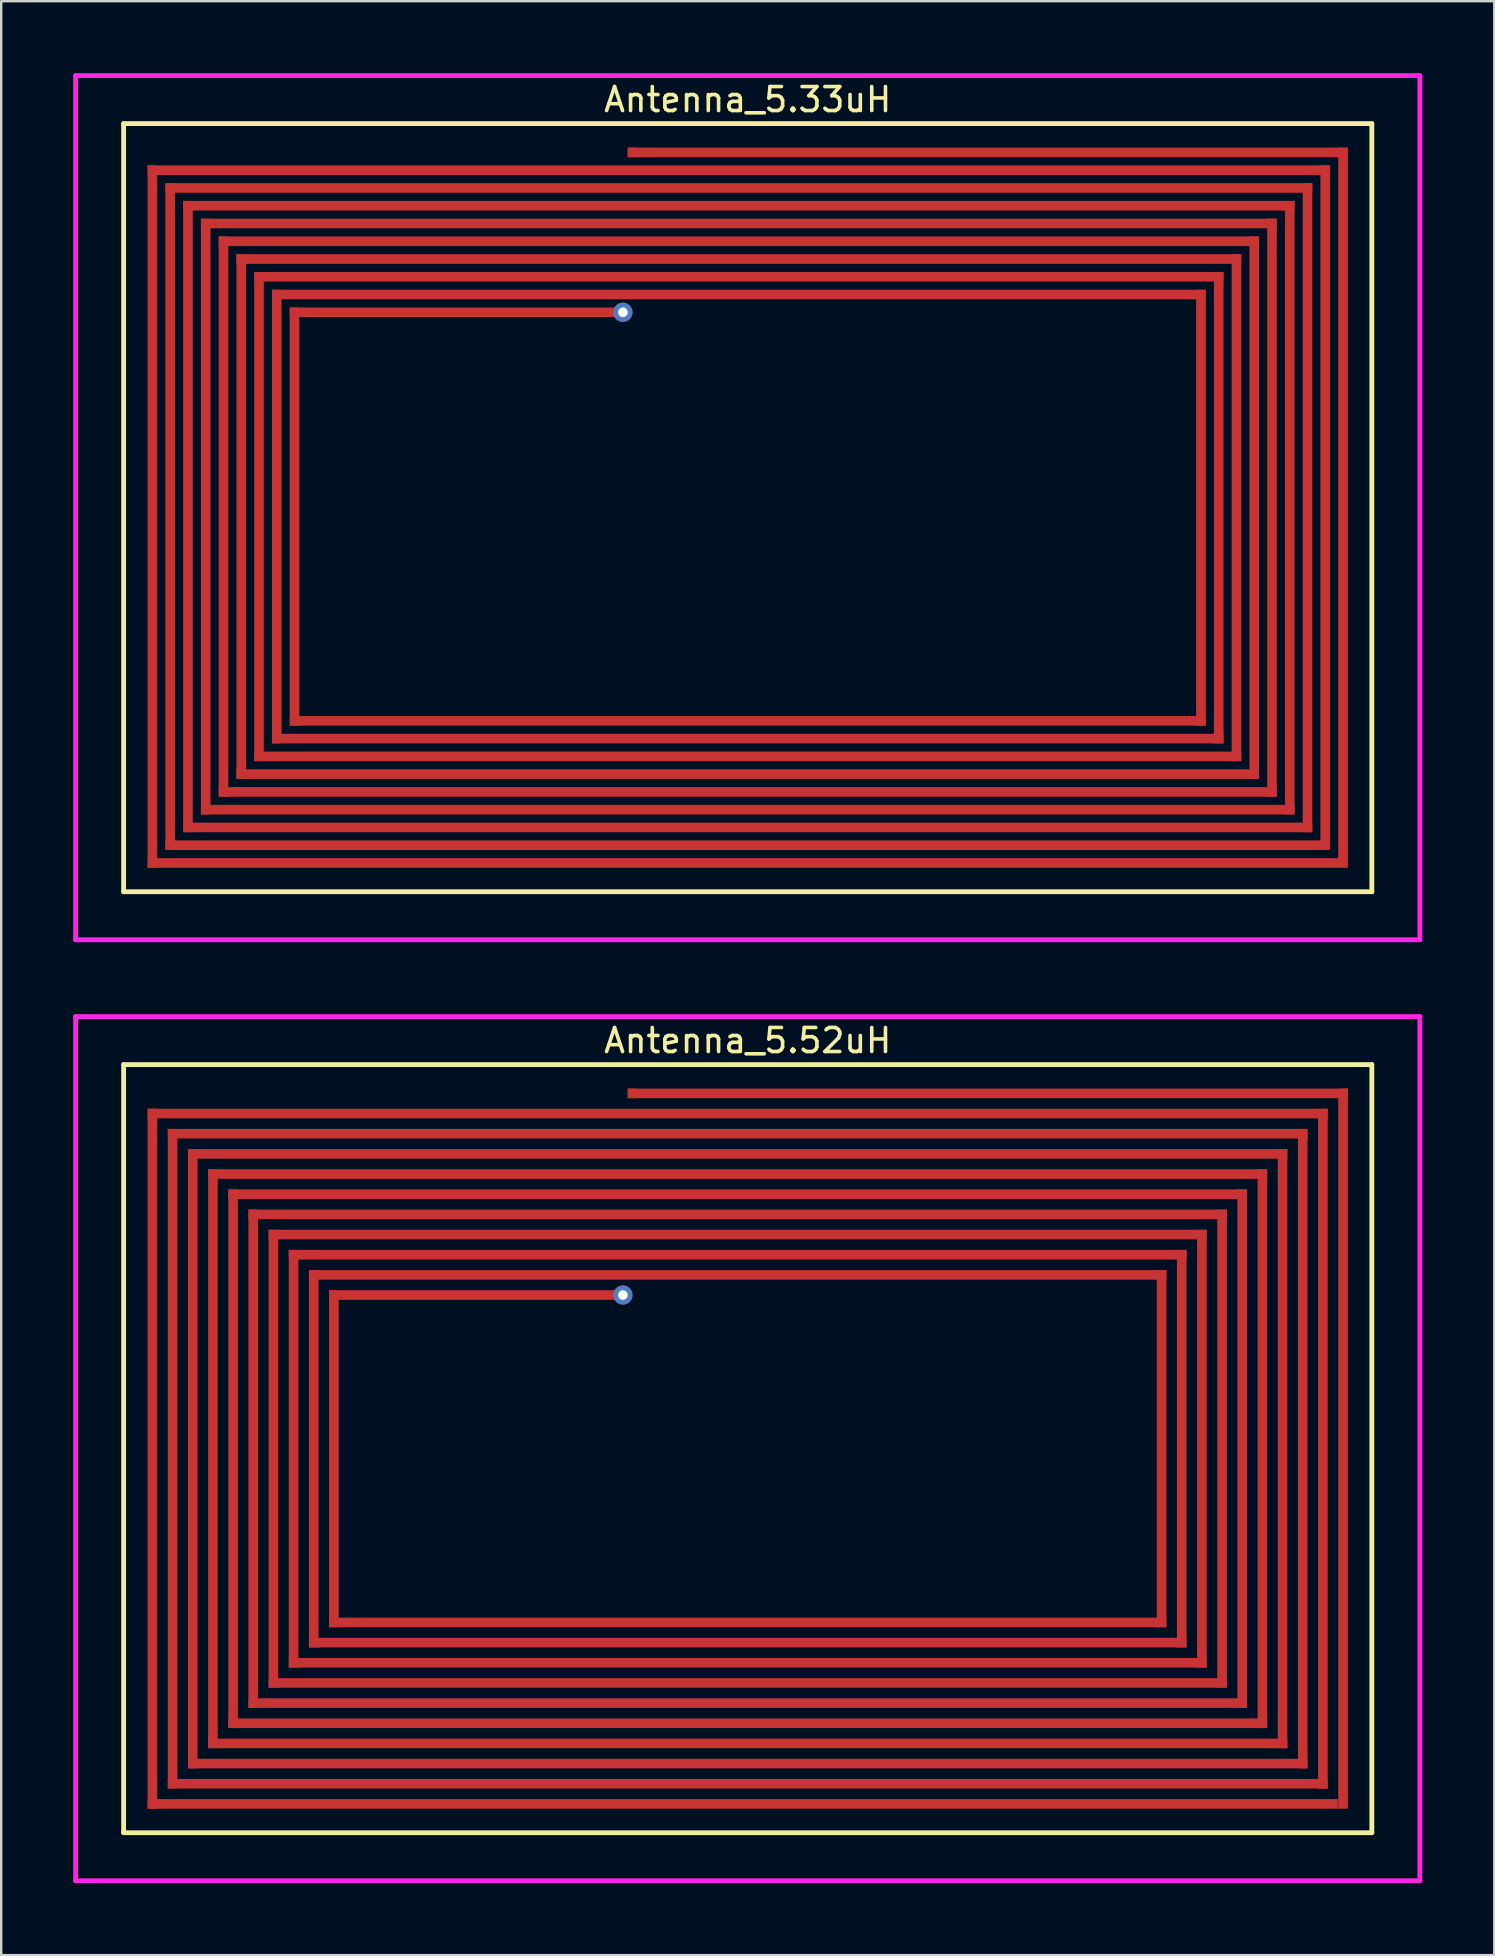
<source format=kicad_pcb>
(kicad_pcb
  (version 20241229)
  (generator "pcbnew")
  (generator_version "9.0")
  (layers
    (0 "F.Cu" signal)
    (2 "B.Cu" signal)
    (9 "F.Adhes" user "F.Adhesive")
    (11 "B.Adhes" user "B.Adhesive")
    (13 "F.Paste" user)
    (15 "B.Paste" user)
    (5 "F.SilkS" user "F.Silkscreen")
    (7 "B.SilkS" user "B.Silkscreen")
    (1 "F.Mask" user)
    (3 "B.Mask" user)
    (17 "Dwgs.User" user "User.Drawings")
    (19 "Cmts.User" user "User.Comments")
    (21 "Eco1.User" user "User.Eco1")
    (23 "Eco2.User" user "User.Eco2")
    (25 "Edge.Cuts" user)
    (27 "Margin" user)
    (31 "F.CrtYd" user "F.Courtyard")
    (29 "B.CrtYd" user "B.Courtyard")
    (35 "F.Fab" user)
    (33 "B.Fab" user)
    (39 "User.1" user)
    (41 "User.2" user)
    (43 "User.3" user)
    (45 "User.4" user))
  (footprint "Antenna_5.52uH"
    (layer "F.Cu")
    (at 28.1 57.3)
    (property "Reference" "Antenna_5.52uH" (at 0 -17 0) (layer "F.SilkS") (effects (font (size 1 1) (thickness 0.15))))
    (attr through_hole)
    (fp_poly (pts (xy -25 -14.16) (xy 24.16 -14.16) (xy 24.16 -13.76) (xy -25 -13.76)) (stroke (width 0) (type solid)) (fill yes) (layer "F.Cu"))
    (fp_poly (pts (xy -25 15) (xy -25 -14.16) (xy -24.6 -14.16) (xy -24.6 15)) (stroke (width 0) (type solid)) (fill yes) (layer "F.Cu"))
    (fp_poly (pts (xy -25 15) (xy 24.58 15) (xy 24.58 14.6) (xy -25 14.6)) (stroke (width 0) (type solid)) (fill yes) (layer "F.Cu"))
    (fp_poly (pts (xy -24.16 -13.32) (xy 23.32 -13.32) (xy 23.32 -12.92) (xy -24.16 -12.92)) (stroke (width 0) (type solid)) (fill yes) (layer "F.Cu"))
    (fp_poly (pts (xy -24.16 14.16) (xy -24.16 -13.32) (xy -23.76 -13.32) (xy -23.76 14.16)) (stroke (width 0) (type solid)) (fill yes) (layer "F.Cu"))
    (fp_poly (pts (xy -24.16 14.16) (xy 24.16 14.16) (xy 24.16 13.76) (xy -24.16 13.76)) (stroke (width 0) (type solid)) (fill yes) (layer "F.Cu"))
    (fp_poly (pts (xy -23.32 -12.48) (xy 22.48 -12.48) (xy 22.48 -12.08) (xy -23.32 -12.08)) (stroke (width 0) (type solid)) (fill yes) (layer "F.Cu"))
    (fp_poly (pts (xy -23.32 13.32) (xy -23.32 -12.48) (xy -22.92 -12.48) (xy -22.92 13.32)) (stroke (width 0) (type solid)) (fill yes) (layer "F.Cu"))
    (fp_poly (pts (xy -23.32 13.32) (xy 23.32 13.32) (xy 23.32 12.92) (xy -23.32 12.92)) (stroke (width 0) (type solid)) (fill yes) (layer "F.Cu"))
    (fp_poly (pts (xy -22.48 -11.64) (xy 21.64 -11.64) (xy 21.64 -11.24) (xy -22.48 -11.24)) (stroke (width 0) (type solid)) (fill yes) (layer "F.Cu"))
    (fp_poly (pts (xy -22.48 12.48) (xy -22.48 -11.64) (xy -22.08 -11.64) (xy -22.08 12.48)) (stroke (width 0) (type solid)) (fill yes) (layer "F.Cu"))
    (fp_poly (pts (xy -22.48 12.48) (xy 22.48 12.48) (xy 22.48 12.08) (xy -22.48 12.08)) (stroke (width 0) (type solid)) (fill yes) (layer "F.Cu"))
    (fp_poly (pts (xy -21.64 -10.8) (xy 20.8 -10.8) (xy 20.8 -10.4) (xy -21.64 -10.4)) (stroke (width 0) (type solid)) (fill yes) (layer "F.Cu"))
    (fp_poly (pts (xy -21.64 11.64) (xy -21.64 -10.8) (xy -21.24 -10.8) (xy -21.24 11.64)) (stroke (width 0) (type solid)) (fill yes) (layer "F.Cu"))
    (fp_poly (pts (xy -21.64 11.64) (xy 21.64 11.64) (xy 21.64 11.24) (xy -21.64 11.24)) (stroke (width 0) (type solid)) (fill yes) (layer "F.Cu"))
    (fp_poly (pts (xy -20.8 -9.96) (xy 19.96 -9.96) (xy 19.96 -9.56) (xy -20.8 -9.56)) (stroke (width 0) (type solid)) (fill yes) (layer "F.Cu"))
    (fp_poly (pts (xy -20.8 10.8) (xy -20.8 -9.96) (xy -20.4 -9.96) (xy -20.4 10.8)) (stroke (width 0) (type solid)) (fill yes) (layer "F.Cu"))
    (fp_poly (pts (xy -20.8 10.8) (xy 20.8 10.8) (xy 20.8 10.4) (xy -20.8 10.4)) (stroke (width 0) (type solid)) (fill yes) (layer "F.Cu"))
    (fp_poly (pts (xy -19.96 -9.12) (xy 19.12 -9.12) (xy 19.12 -8.72) (xy -19.96 -8.72)) (stroke (width 0) (type solid)) (fill yes) (layer "F.Cu"))
    (fp_poly (pts (xy -19.96 9.96) (xy -19.96 -9.12) (xy -19.56 -9.12) (xy -19.56 9.96)) (stroke (width 0) (type solid)) (fill yes) (layer "F.Cu"))
    (fp_poly (pts (xy -19.96 9.96) (xy 19.96 9.96) (xy 19.96 9.56) (xy -19.96 9.56)) (stroke (width 0) (type solid)) (fill yes) (layer "F.Cu"))
    (fp_poly (pts (xy -19.12 -8.28) (xy 18.28 -8.28) (xy 18.28 -7.88) (xy -19.12 -7.88)) (stroke (width 0) (type solid)) (fill yes) (layer "F.Cu"))
    (fp_poly (pts (xy -19.12 9.12) (xy -19.12 -8.28) (xy -18.72 -8.28) (xy -18.72 9.12)) (stroke (width 0) (type solid)) (fill yes) (layer "F.Cu"))
    (fp_poly (pts (xy -19.12 9.12) (xy 19.12 9.12) (xy 19.12 8.72) (xy -19.12 8.72)) (stroke (width 0) (type solid)) (fill yes) (layer "F.Cu"))
    (fp_poly (pts (xy -18.28 -7.44) (xy 17.44 -7.44) (xy 17.44 -7.04) (xy -18.28 -7.04)) (stroke (width 0) (type solid)) (fill yes) (layer "F.Cu"))
    (fp_poly (pts (xy -18.28 8.28) (xy -18.28 -7.44) (xy -17.88 -7.44) (xy -17.88 8.28)) (stroke (width 0) (type solid)) (fill yes) (layer "F.Cu"))
    (fp_poly (pts (xy -18.28 8.28) (xy 18.28 8.28) (xy 18.28 7.88) (xy -18.28 7.88)) (stroke (width 0) (type solid)) (fill yes) (layer "F.Cu"))
    (fp_poly (pts (xy -17.44 -6.6) (xy -5 -6.6) (xy -5 -6.2) (xy -17.44 -6.2)) (stroke (width 0) (type solid)) (fill yes) (layer "F.Cu"))
    (fp_poly (pts (xy -17.44 7.44) (xy -17.44 -6.6) (xy -17.04 -6.6) (xy -17.04 7.44)) (stroke (width 0) (type solid)) (fill yes) (layer "F.Cu"))
    (fp_poly (pts (xy -17.44 7.44) (xy 17.44 7.44) (xy 17.44 7.04) (xy -17.44 7.04)) (stroke (width 0) (type solid)) (fill yes) (layer "F.Cu"))
    (fp_poly (pts (xy -5 -15) (xy 25 -15) (xy 25 -14.6) (xy -5 -14.6)) (stroke (width 0) (type solid)) (fill yes) (layer "F.Cu"))
    (fp_poly (pts (xy 17.44 -7.44) (xy 17.44 7.44) (xy 17.04 7.44) (xy 17.04 -7.44)) (stroke (width 0) (type solid)) (fill yes) (layer "F.Cu"))
    (fp_poly (pts (xy 18.28 -8.28) (xy 18.28 8.28) (xy 17.88 8.28) (xy 17.88 -8.28)) (stroke (width 0) (type solid)) (fill yes) (layer "F.Cu"))
    (fp_poly (pts (xy 19.12 -9.12) (xy 19.12 9.12) (xy 18.72 9.12) (xy 18.72 -9.12)) (stroke (width 0) (type solid)) (fill yes) (layer "F.Cu"))
    (fp_poly (pts (xy 19.96 -9.96) (xy 19.96 9.96) (xy 19.56 9.96) (xy 19.56 -9.96)) (stroke (width 0) (type solid)) (fill yes) (layer "F.Cu"))
    (fp_poly (pts (xy 20.8 -10.8) (xy 20.8 10.8) (xy 20.4 10.8) (xy 20.4 -10.8)) (stroke (width 0) (type solid)) (fill yes) (layer "F.Cu"))
    (fp_poly (pts (xy 21.64 -11.64) (xy 21.64 11.64) (xy 21.24 11.64) (xy 21.24 -11.64)) (stroke (width 0) (type solid)) (fill yes) (layer "F.Cu"))
    (fp_poly (pts (xy 22.48 -12.48) (xy 22.48 12.48) (xy 22.08 12.48) (xy 22.08 -12.48)) (stroke (width 0) (type solid)) (fill yes) (layer "F.Cu"))
    (fp_poly (pts (xy 23.32 -13.32) (xy 23.32 13.32) (xy 22.92 13.32) (xy 22.92 -13.32)) (stroke (width 0) (type solid)) (fill yes) (layer "F.Cu"))
    (fp_poly (pts (xy 24.16 -14.16) (xy 24.16 14.16) (xy 23.76 14.16) (xy 23.76 -14.16)) (stroke (width 0) (type solid)) (fill yes) (layer "F.Cu"))
    (fp_poly (pts (xy 25 -15) (xy 25 15) (xy 24.6 15) (xy 24.6 -15)) (stroke (width 0) (type solid)) (fill yes) (layer "F.Cu"))
    (fp_line (start -26 -16) (end -26 16) (stroke (width 0.2) (type solid)) (layer "F.SilkS"))
    (fp_line (start -26 -16) (end 26 -16) (stroke (width 0.2) (type solid)) (layer "F.SilkS"))
    (fp_line (start -26 16) (end 26 16) (stroke (width 0.2) (type solid)) (layer "F.SilkS"))
    (fp_line (start 26 -16) (end 26 16) (stroke (width 0.2) (type solid)) (layer "F.SilkS"))
    (fp_line (start -28 -18) (end -28 18) (stroke (width 0.2) (type solid)) (layer "F.CrtYd"))
    (fp_line (start -28 -18) (end 28 -18) (stroke (width 0.2) (type solid)) (layer "F.CrtYd"))
    (fp_line (start -28 18) (end 28 18) (stroke (width 0.2) (type solid)) (layer "F.CrtYd"))
    (fp_line (start 28 -18) (end 28 18) (stroke (width 0.2) (type solid)) (layer "F.CrtYd"))
    (pad "1" smd rect (at -4.8 -14.8) (size 0.4 0.4) (layers "F.Cu"))
    (pad "2" thru_hole circle (at -5.2 -6.4) (size 0.8 0.8) (drill 0.4) (layers "*.Cu")))
  (footprint "Antenna_5.33uH"
    (layer "F.Cu")
    (at 28.1 18.1)
    (property "Reference" "Antenna_5.33uH" (at 0 -17 0) (layer "F.SilkS") (effects (font (size 1 1) (thickness 0.15))))
    (attr through_hole)
    (fp_poly (pts (xy -25 -14.26) (xy 24.26 -14.26) (xy 24.26 -13.86) (xy -25 -13.86)) (stroke (width 0) (type solid)) (fill yes) (layer "F.Cu"))
    (fp_poly (pts (xy -25 15) (xy -25 -14.26) (xy -24.6 -14.26) (xy -24.6 15)) (stroke (width 0) (type solid)) (fill yes) (layer "F.Cu"))
    (fp_poly (pts (xy -25 15) (xy 24.63 15) (xy 24.63 14.6) (xy -25 14.6)) (stroke (width 0) (type solid)) (fill yes) (layer "F.Cu"))
    (fp_poly (pts (xy -24.26 -13.52) (xy 23.52 -13.52) (xy 23.52 -13.12) (xy -24.26 -13.12)) (stroke (width 0) (type solid)) (fill yes) (layer "F.Cu"))
    (fp_poly (pts (xy -24.26 14.26) (xy -24.26 -13.52) (xy -23.86 -13.52) (xy -23.86 14.26)) (stroke (width 0) (type solid)) (fill yes) (layer "F.Cu"))
    (fp_poly (pts (xy -24.26 14.26) (xy 24.26 14.26) (xy 24.26 13.86) (xy -24.26 13.86)) (stroke (width 0) (type solid)) (fill yes) (layer "F.Cu"))
    (fp_poly (pts (xy -23.52 -12.78) (xy 22.78 -12.78) (xy 22.78 -12.38) (xy -23.52 -12.38)) (stroke (width 0) (type solid)) (fill yes) (layer "F.Cu"))
    (fp_poly (pts (xy -23.52 13.52) (xy -23.52 -12.78) (xy -23.12 -12.78) (xy -23.12 13.52)) (stroke (width 0) (type solid)) (fill yes) (layer "F.Cu"))
    (fp_poly (pts (xy -23.52 13.52) (xy 23.52 13.52) (xy 23.52 13.12) (xy -23.52 13.12)) (stroke (width 0) (type solid)) (fill yes) (layer "F.Cu"))
    (fp_poly (pts (xy -22.78 -12.04) (xy 22.04 -12.04) (xy 22.04 -11.64) (xy -22.78 -11.64)) (stroke (width 0) (type solid)) (fill yes) (layer "F.Cu"))
    (fp_poly (pts (xy -22.78 12.78) (xy -22.78 -12.04) (xy -22.38 -12.04) (xy -22.38 12.78)) (stroke (width 0) (type solid)) (fill yes) (layer "F.Cu"))
    (fp_poly (pts (xy -22.78 12.78) (xy 22.78 12.78) (xy 22.78 12.38) (xy -22.78 12.38)) (stroke (width 0) (type solid)) (fill yes) (layer "F.Cu"))
    (fp_poly (pts (xy -22.04 -11.3) (xy 21.3 -11.3) (xy 21.3 -10.9) (xy -22.04 -10.9)) (stroke (width 0) (type solid)) (fill yes) (layer "F.Cu"))
    (fp_poly (pts (xy -22.04 12.04) (xy -22.04 -11.3) (xy -21.64 -11.3) (xy -21.64 12.04)) (stroke (width 0) (type solid)) (fill yes) (layer "F.Cu"))
    (fp_poly (pts (xy -22.04 12.04) (xy 22.04 12.04) (xy 22.04 11.64) (xy -22.04 11.64)) (stroke (width 0) (type solid)) (fill yes) (layer "F.Cu"))
    (fp_poly (pts (xy -21.3 -10.56) (xy 20.56 -10.56) (xy 20.56 -10.16) (xy -21.3 -10.16)) (stroke (width 0) (type solid)) (fill yes) (layer "F.Cu"))
    (fp_poly (pts (xy -21.3 11.3) (xy -21.3 -10.56) (xy -20.9 -10.56) (xy -20.9 11.3)) (stroke (width 0) (type solid)) (fill yes) (layer "F.Cu"))
    (fp_poly (pts (xy -21.3 11.3) (xy 21.3 11.3) (xy 21.3 10.9) (xy -21.3 10.9)) (stroke (width 0) (type solid)) (fill yes) (layer "F.Cu"))
    (fp_poly (pts (xy -20.56 -9.82) (xy 19.82 -9.82) (xy 19.82 -9.42) (xy -20.56 -9.42)) (stroke (width 0) (type solid)) (fill yes) (layer "F.Cu"))
    (fp_poly (pts (xy -20.56 10.56) (xy -20.56 -9.82) (xy -20.16 -9.82) (xy -20.16 10.56)) (stroke (width 0) (type solid)) (fill yes) (layer "F.Cu"))
    (fp_poly (pts (xy -20.56 10.56) (xy 20.56 10.56) (xy 20.56 10.16) (xy -20.56 10.16)) (stroke (width 0) (type solid)) (fill yes) (layer "F.Cu"))
    (fp_poly (pts (xy -19.82 -9.08) (xy 19.08 -9.08) (xy 19.08 -8.68) (xy -19.82 -8.68)) (stroke (width 0) (type solid)) (fill yes) (layer "F.Cu"))
    (fp_poly (pts (xy -19.82 9.82) (xy -19.82 -9.08) (xy -19.42 -9.08) (xy -19.42 9.82)) (stroke (width 0) (type solid)) (fill yes) (layer "F.Cu"))
    (fp_poly (pts (xy -19.82 9.82) (xy 19.82 9.82) (xy 19.82 9.42) (xy -19.82 9.42)) (stroke (width 0) (type solid)) (fill yes) (layer "F.Cu"))
    (fp_poly (pts (xy -19.08 -8.34) (xy -5 -8.34) (xy -5 -7.94) (xy -19.08 -7.94)) (stroke (width 0) (type solid)) (fill yes) (layer "F.Cu"))
    (fp_poly (pts (xy -19.08 9.08) (xy -19.08 -8.34) (xy -18.68 -8.34) (xy -18.68 9.08)) (stroke (width 0) (type solid)) (fill yes) (layer "F.Cu"))
    (fp_poly (pts (xy -19.08 9.08) (xy 19.08 9.08) (xy 19.08 8.68) (xy -19.08 8.68)) (stroke (width 0) (type solid)) (fill yes) (layer "F.Cu"))
    (fp_poly (pts (xy -5 -15) (xy 25 -15) (xy 25 -14.6) (xy -5 -14.6)) (stroke (width 0) (type solid)) (fill yes) (layer "F.Cu"))
    (fp_poly (pts (xy 19.08 -9.08) (xy 19.08 9.08) (xy 18.68 9.08) (xy 18.68 -9.08)) (stroke (width 0) (type solid)) (fill yes) (layer "F.Cu"))
    (fp_poly (pts (xy 19.82 -9.82) (xy 19.82 9.82) (xy 19.42 9.82) (xy 19.42 -9.82)) (stroke (width 0) (type solid)) (fill yes) (layer "F.Cu"))
    (fp_poly (pts (xy 20.56 -10.56) (xy 20.56 10.56) (xy 20.16 10.56) (xy 20.16 -10.56)) (stroke (width 0) (type solid)) (fill yes) (layer "F.Cu"))
    (fp_poly (pts (xy 21.3 -11.3) (xy 21.3 11.3) (xy 20.9 11.3) (xy 20.9 -11.3)) (stroke (width 0) (type solid)) (fill yes) (layer "F.Cu"))
    (fp_poly (pts (xy 22.04 -12.04) (xy 22.04 12.04) (xy 21.64 12.04) (xy 21.64 -12.04)) (stroke (width 0) (type solid)) (fill yes) (layer "F.Cu"))
    (fp_poly (pts (xy 22.78 -12.78) (xy 22.78 12.78) (xy 22.38 12.78) (xy 22.38 -12.78)) (stroke (width 0) (type solid)) (fill yes) (layer "F.Cu"))
    (fp_poly (pts (xy 23.52 -13.52) (xy 23.52 13.52) (xy 23.12 13.52) (xy 23.12 -13.52)) (stroke (width 0) (type solid)) (fill yes) (layer "F.Cu"))
    (fp_poly (pts (xy 24.26 -14.26) (xy 24.26 14.26) (xy 23.86 14.26) (xy 23.86 -14.26)) (stroke (width 0) (type solid)) (fill yes) (layer "F.Cu"))
    (fp_poly (pts (xy 25 -15) (xy 25 15) (xy 24.6 15) (xy 24.6 -15)) (stroke (width 0) (type solid)) (fill yes) (layer "F.Cu"))
    (fp_line (start -26 -16) (end -26 16) (stroke (width 0.2) (type solid)) (layer "F.SilkS"))
    (fp_line (start -26 -16) (end 26 -16) (stroke (width 0.2) (type solid)) (layer "F.SilkS"))
    (fp_line (start -26 16) (end 26 16) (stroke (width 0.2) (type solid)) (layer "F.SilkS"))
    (fp_line (start 26 -16) (end 26 16) (stroke (width 0.2) (type solid)) (layer "F.SilkS"))
    (fp_line (start -28 -18) (end -28 18) (stroke (width 0.2) (type solid)) (layer "F.CrtYd"))
    (fp_line (start -28 -18) (end 28 -18) (stroke (width 0.2) (type solid)) (layer "F.CrtYd"))
    (fp_line (start -28 18) (end 28 18) (stroke (width 0.2) (type solid)) (layer "F.CrtYd"))
    (fp_line (start 28 -18) (end 28 18) (stroke (width 0.2) (type solid)) (layer "F.CrtYd"))
    (pad "1" smd rect (at -4.8 -14.8) (size 0.4 0.4) (layers "F.Cu"))
    (pad "2" thru_hole circle (at -5.2 -8.14) (size 0.8 0.8) (drill 0.4) (layers "*.Cu")))
  (gr_rect
    (start -3 -3)
    (end 59.2 78.4)
    (stroke (width 0.1) (type default))
    (fill no)
    (layer "Edge.Cuts")))
</source>
